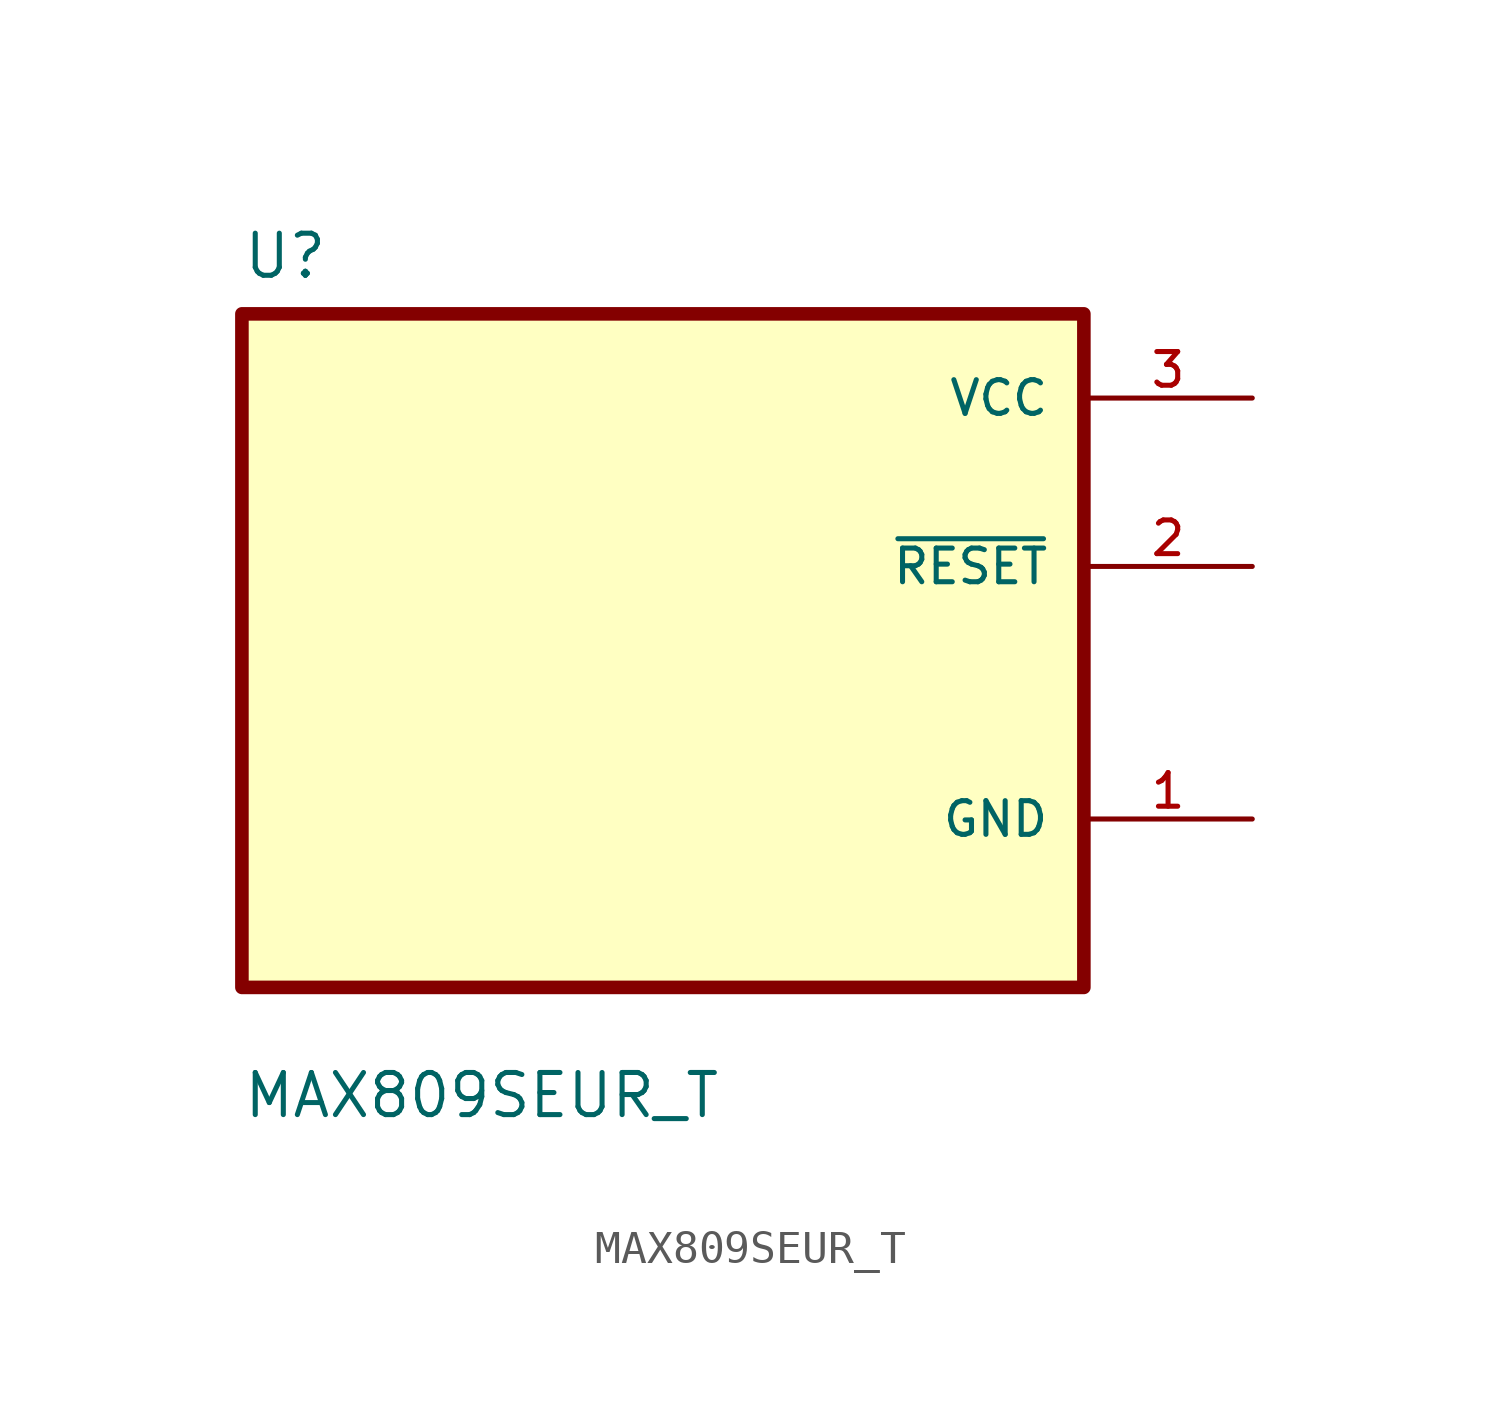
<source format=kicad_sym>
(kicad_symbol_lib
  (version 20211014)
  (generator kicad_symbol_editor)
  (symbol "MAX809SEUR_T"
    (pin_names
      (offset 1.016))
    (property "Reference" "U"
      (at -12.7 11.16 0.0)
      (effects (font (size 1.27 1.27)) (justify bottom left)))
    (property "Value" "MAX809SEUR_T"
      (at -12.7 -14.16 0.0)
      (effects (font (size 1.27 1.27)) (justify bottom left)))
    (symbol "MAX809SEUR_T_0_0"
      (rectangle (start -12.7 -10.16) (end 12.7 10.16) (stroke (width 0.41)) (fill (type background)))
      (pin power_in line (at 17.78 7.62 180.0) (length 5.08) (name "VCC" (effects (font (size 1.016 1.016)))) (number "3" (effects (font (size 1.016 1.016)))))
      (pin output line (at 17.78 2.54 180.0) (length 5.08) (name "~{RESET}" (effects (font (size 1.016 1.016)))) (number "2" (effects (font (size 1.016 1.016)))))
      (pin power_in line (at 17.78 -5.08 180.0) (length 5.08) (name "GND" (effects (font (size 1.016 1.016)))) (number "1" (effects (font (size 1.016 1.016))))))))
</source>
